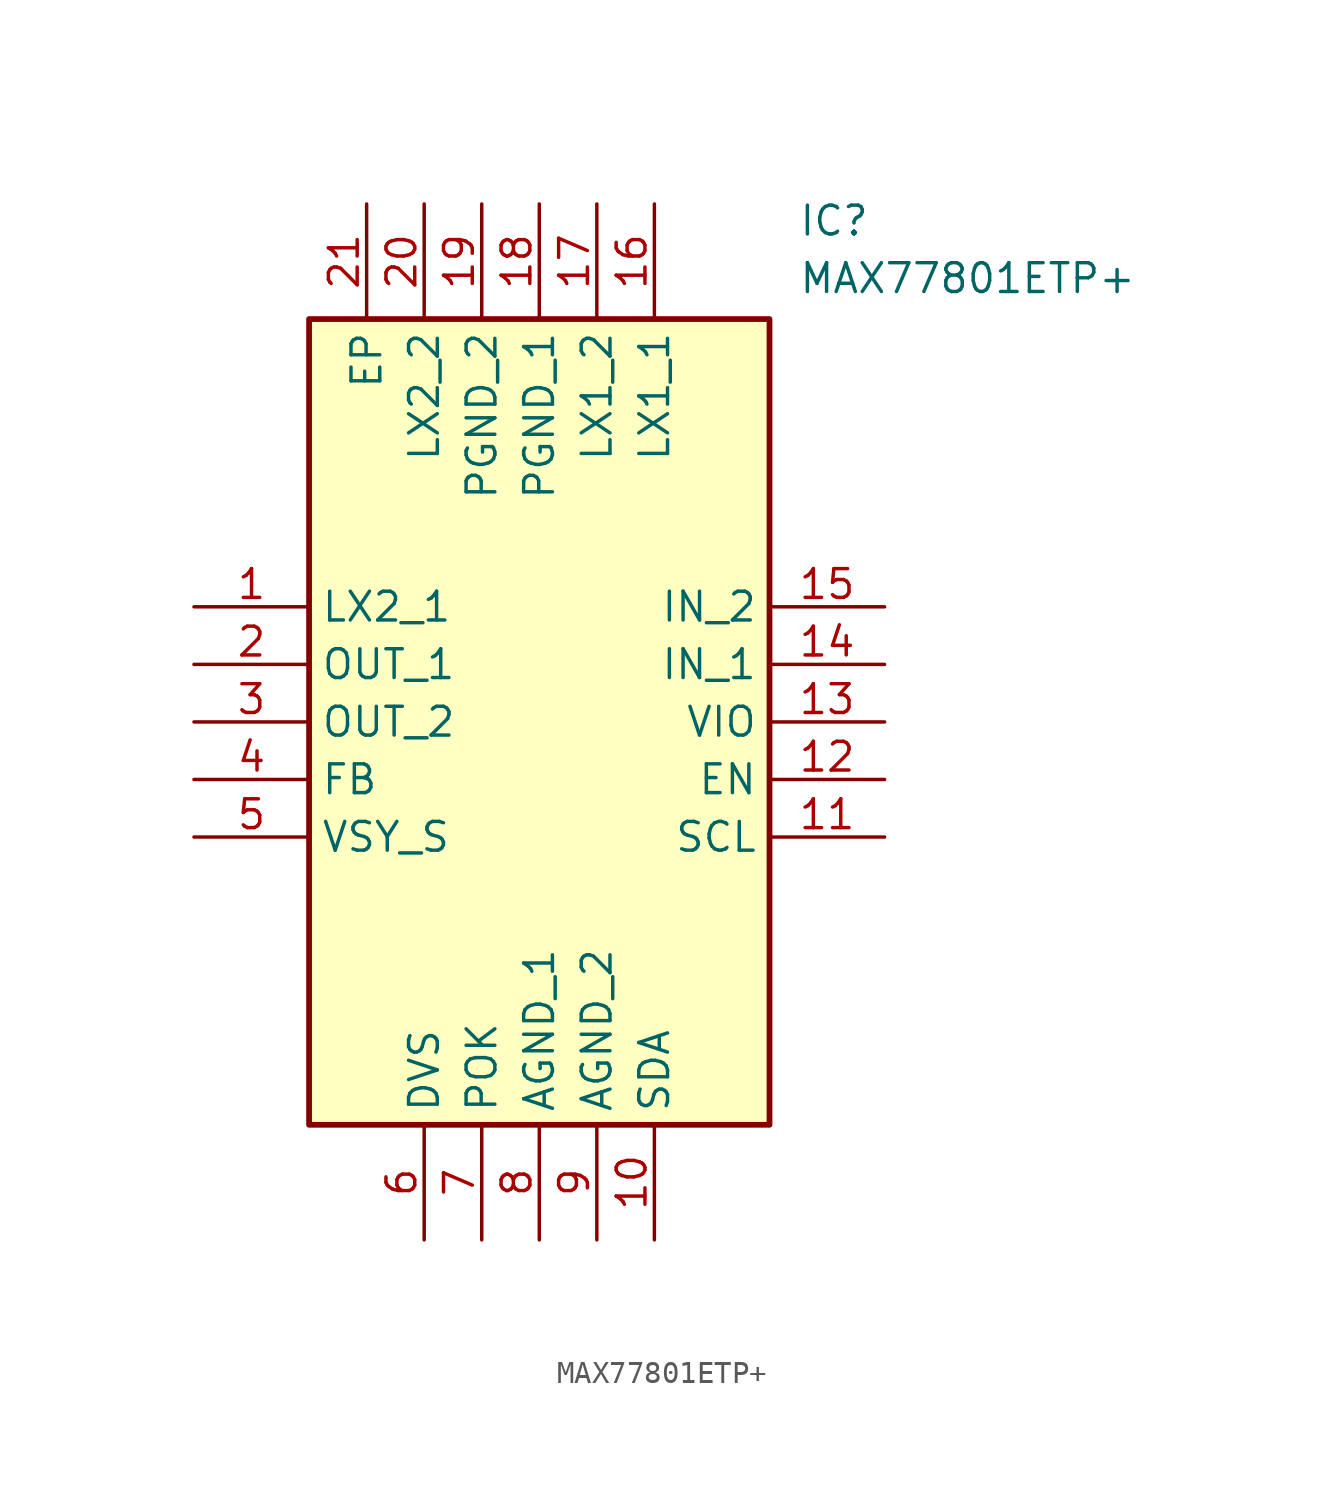
<source format=kicad_sym>
(kicad_symbol_lib
  (version 20211014)
  (generator SamacSys_ECAD_Model)
  (symbol "MAX77801ETP+"
    (property "Reference" "IC"
      (at 26.67 17.78 0)
      (effects (font (size 1.27 1.27)) (justify left top)))
    (property "Value" "MAX77801ETP+"
      (at 26.67 15.24 0)
      (effects (font (size 1.27 1.27)) (justify left top)))
    (rectangle
      (start 5.08 12.7)
      (end 25.4 -22.86)
      (stroke (width 0.254) (type default))
      (fill (type background)))
    (pin passive line
      (at 0 0 0)
      (length 5.08)
      (name "LX2_1" (effects (font (size 1.27 1.27))))
      (number "1" (effects (font (size 1.27 1.27)))))
    (pin passive line
      (at 0 -2.54 0)
      (length 5.08)
      (name "OUT_1" (effects (font (size 1.27 1.27))))
      (number "2" (effects (font (size 1.27 1.27)))))
    (pin passive line
      (at 0 -5.08 0)
      (length 5.08)
      (name "OUT_2" (effects (font (size 1.27 1.27))))
      (number "3" (effects (font (size 1.27 1.27)))))
    (pin passive line
      (at 0 -7.62 0)
      (length 5.08)
      (name "FB" (effects (font (size 1.27 1.27))))
      (number "4" (effects (font (size 1.27 1.27)))))
    (pin passive line
      (at 0 -10.16 0)
      (length 5.08)
      (name "VSY_S" (effects (font (size 1.27 1.27))))
      (number "5" (effects (font (size 1.27 1.27)))))
    (pin passive line
      (at 10.16 -27.94 90)
      (length 5.08)
      (name "DVS" (effects (font (size 1.27 1.27))))
      (number "6" (effects (font (size 1.27 1.27)))))
    (pin passive line
      (at 12.7 -27.94 90)
      (length 5.08)
      (name "POK" (effects (font (size 1.27 1.27))))
      (number "7" (effects (font (size 1.27 1.27)))))
    (pin passive line
      (at 15.24 -27.94 90)
      (length 5.08)
      (name "AGND_1" (effects (font (size 1.27 1.27))))
      (number "8" (effects (font (size 1.27 1.27)))))
    (pin passive line
      (at 17.78 -27.94 90)
      (length 5.08)
      (name "AGND_2" (effects (font (size 1.27 1.27))))
      (number "9" (effects (font (size 1.27 1.27)))))
    (pin passive line
      (at 20.32 -27.94 90)
      (length 5.08)
      (name "SDA" (effects (font (size 1.27 1.27))))
      (number "10" (effects (font (size 1.27 1.27)))))
    (pin passive line
      (at 30.48 0 180)
      (length 5.08)
      (name "IN_2" (effects (font (size 1.27 1.27))))
      (number "15" (effects (font (size 1.27 1.27)))))
    (pin passive line
      (at 30.48 -2.54 180)
      (length 5.08)
      (name "IN_1" (effects (font (size 1.27 1.27))))
      (number "14" (effects (font (size 1.27 1.27)))))
    (pin passive line
      (at 30.48 -5.08 180)
      (length 5.08)
      (name "VIO" (effects (font (size 1.27 1.27))))
      (number "13" (effects (font (size 1.27 1.27)))))
    (pin passive line
      (at 30.48 -7.62 180)
      (length 5.08)
      (name "EN" (effects (font (size 1.27 1.27))))
      (number "12" (effects (font (size 1.27 1.27)))))
    (pin passive line
      (at 30.48 -10.16 180)
      (length 5.08)
      (name "SCL" (effects (font (size 1.27 1.27))))
      (number "11" (effects (font (size 1.27 1.27)))))
    (pin passive line
      (at 7.62 17.78 270)
      (length 5.08)
      (name "EP" (effects (font (size 1.27 1.27))))
      (number "21" (effects (font (size 1.27 1.27)))))
    (pin passive line
      (at 10.16 17.78 270)
      (length 5.08)
      (name "LX2_2" (effects (font (size 1.27 1.27))))
      (number "20" (effects (font (size 1.27 1.27)))))
    (pin passive line
      (at 12.7 17.78 270)
      (length 5.08)
      (name "PGND_2" (effects (font (size 1.27 1.27))))
      (number "19" (effects (font (size 1.27 1.27)))))
    (pin passive line
      (at 15.24 17.78 270)
      (length 5.08)
      (name "PGND_1" (effects (font (size 1.27 1.27))))
      (number "18" (effects (font (size 1.27 1.27)))))
    (pin passive line
      (at 17.78 17.78 270)
      (length 5.08)
      (name "LX1_2" (effects (font (size 1.27 1.27))))
      (number "17" (effects (font (size 1.27 1.27)))))
    (pin passive line
      (at 20.32 17.78 270)
      (length 5.08)
      (name "LX1_1" (effects (font (size 1.27 1.27))))
      (number "16" (effects (font (size 1.27 1.27)))))))
</source>
